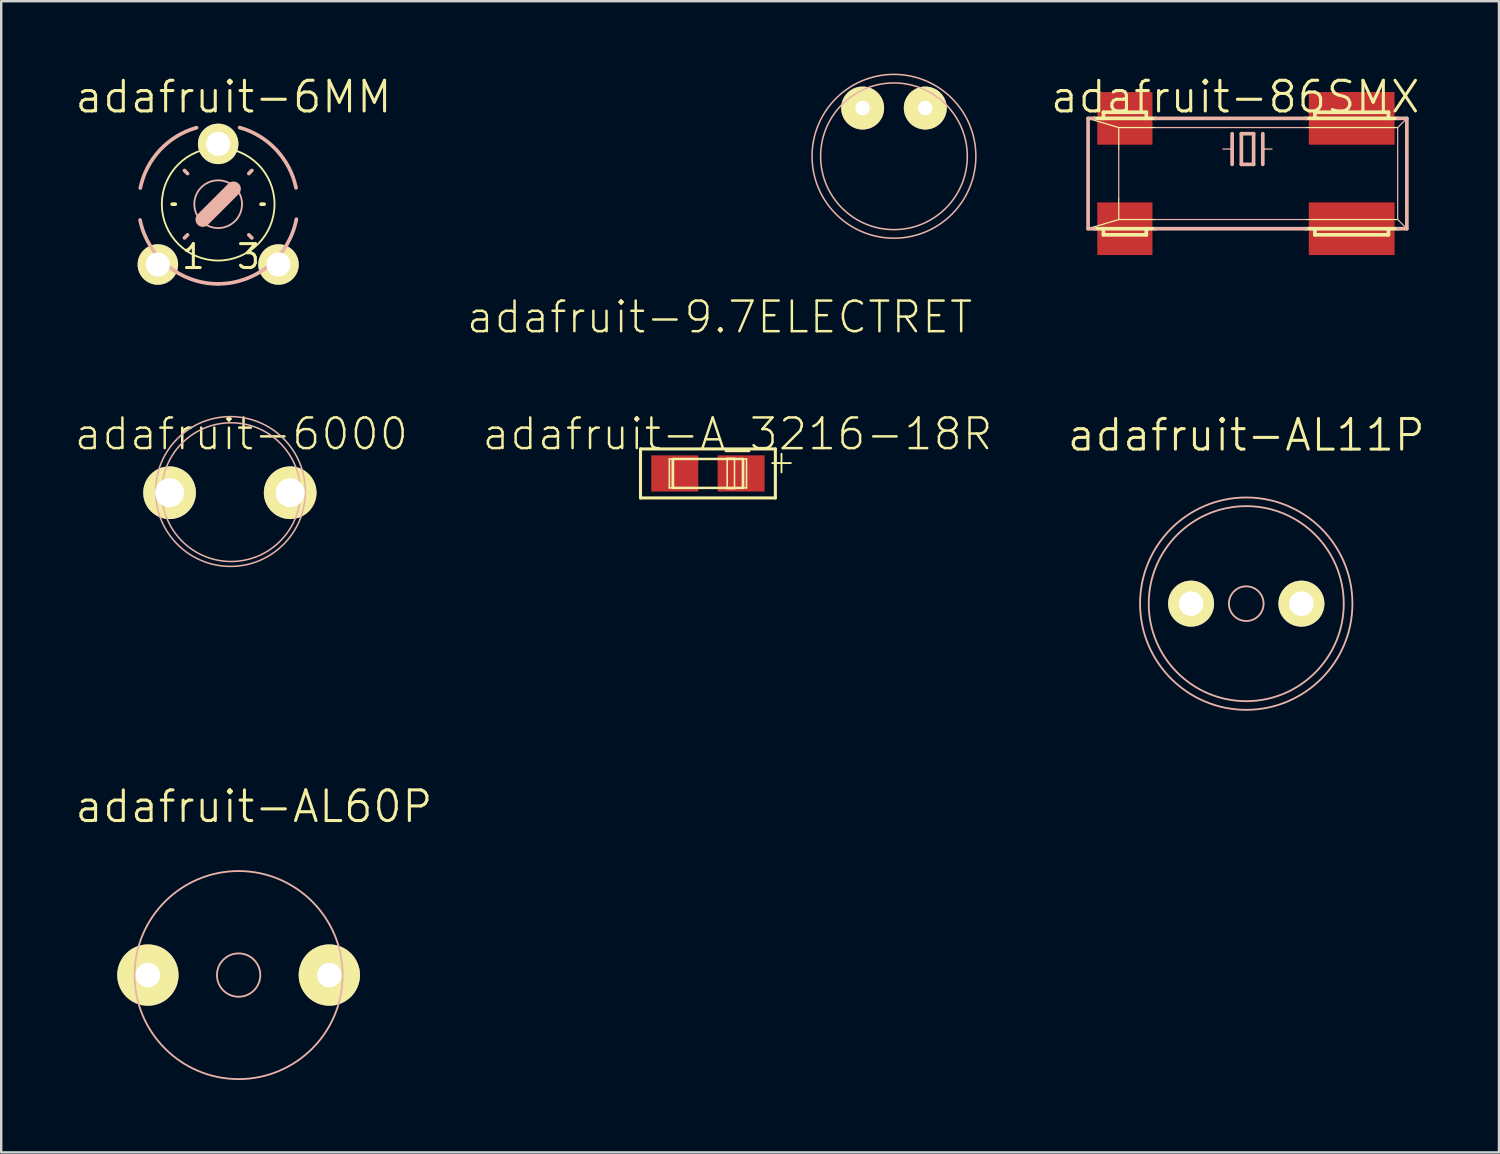
<source format=kicad_pcb>
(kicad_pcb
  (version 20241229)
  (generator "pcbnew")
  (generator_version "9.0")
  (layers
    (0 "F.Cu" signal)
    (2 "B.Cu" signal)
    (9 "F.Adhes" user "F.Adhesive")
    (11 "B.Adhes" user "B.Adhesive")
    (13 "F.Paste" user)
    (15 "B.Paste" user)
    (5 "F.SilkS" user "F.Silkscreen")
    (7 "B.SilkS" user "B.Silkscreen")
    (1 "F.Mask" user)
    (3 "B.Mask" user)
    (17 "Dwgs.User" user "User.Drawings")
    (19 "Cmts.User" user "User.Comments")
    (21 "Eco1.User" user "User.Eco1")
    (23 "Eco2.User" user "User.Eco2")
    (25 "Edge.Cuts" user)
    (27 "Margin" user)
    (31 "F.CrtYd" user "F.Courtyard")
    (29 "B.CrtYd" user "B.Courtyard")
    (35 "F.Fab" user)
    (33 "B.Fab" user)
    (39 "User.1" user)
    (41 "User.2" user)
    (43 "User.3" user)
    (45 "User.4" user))
  (footprint "adafruit-6000"
    (layer "F.Cu")
    (at 6.475 17.367)
    (property "Reference" "adafruit-6000" (at 0.475 -2.433 0) (layer "F.SilkS") (effects (font (size 1.27 1.27) (thickness 0.102))))
    (attr exclude_from_pos_files exclude_from_bom)
    (fp_circle (center 0.025 -0.051) (end 2.22 -2.245) (stroke (width 0.064) (type solid)) (fill no) (layer "B.SilkS"))
    (fp_circle (center 0.051 -0.025) (end 2.083 -2.057) (stroke (width 0.064) (type solid)) (fill no) (layer "B.SilkS"))
    (pad "1" thru_hole circle (at -2.499 0) (size 2.182 2.182) (drill 1.199) (layers "*.Cu" "F.Mask" "F.SilkS" "F.Paste"))
    (pad "2" thru_hole circle (at 2.499 0) (size 2.182 2.182) (drill 1.199) (layers "*.Cu" "F.Mask" "F.SilkS" "F.Paste")))
  (footprint "adafruit-86SMX"
    (layer "F.Cu")
    (at 48.64 4.141)
    (property "Reference" "adafruit-86SMX" (at -0.508 -3.175 0) (layer "F.SilkS") (effects (font (size 1.27 1.27) (thickness 0.127))))
    (attr smd)
    (fp_line (start -6.35 -2.286) (end -5.969 -2.286) (stroke (width 0.152) (type solid)) (layer "F.SilkS"))
    (fp_line (start -6.35 2.286) (end -5.969 2.286) (stroke (width 0.152) (type solid)) (layer "F.SilkS"))
    (fp_line (start -5.969 -2.54) (end -5.969 -2.286) (stroke (width 0.152) (type solid)) (layer "F.SilkS"))
    (fp_line (start -5.969 -2.54) (end -4.191 -2.54) (stroke (width 0.152) (type solid)) (layer "F.SilkS"))
    (fp_line (start -5.969 -2.286) (end -4.191 -2.286) (stroke (width 0.152) (type solid)) (layer "F.SilkS"))
    (fp_line (start -5.969 2.286) (end -4.191 2.286) (stroke (width 0.152) (type solid)) (layer "F.SilkS"))
    (fp_line (start -5.969 2.54) (end -5.969 2.286) (stroke (width 0.152) (type solid)) (layer "F.SilkS"))
    (fp_line (start -5.969 2.54) (end -4.191 2.54) (stroke (width 0.152) (type solid)) (layer "F.SilkS"))
    (fp_line (start -5.334 -1.905) (end -6.35 -2.207) (stroke (width 0.051) (type solid)) (layer "F.SilkS"))
    (fp_line (start -5.334 -1.905) (end -5.334 -1.016) (stroke (width 0.051) (type solid)) (layer "F.SilkS"))
    (fp_line (start -5.334 -1.905) (end -3.81 -1.905) (stroke (width 0.051) (type solid)) (layer "F.SilkS"))
    (fp_line (start -5.334 1.016) (end -5.334 1.905) (stroke (width 0.051) (type solid)) (layer "F.SilkS"))
    (fp_line (start -5.334 1.905) (end -6.35 2.207) (stroke (width 0.051) (type solid)) (layer "F.SilkS"))
    (fp_line (start -5.334 1.905) (end -3.81 1.905) (stroke (width 0.051) (type solid)) (layer "F.SilkS"))
    (fp_line (start -4.191 -2.54) (end -4.191 -2.286) (stroke (width 0.152) (type solid)) (layer "F.SilkS"))
    (fp_line (start -4.191 -2.286) (end -3.81 -2.286) (stroke (width 0.152) (type solid)) (layer "F.SilkS"))
    (fp_line (start -4.191 2.286) (end -3.81 2.286) (stroke (width 0.152) (type solid)) (layer "F.SilkS"))
    (fp_line (start -4.191 2.54) (end -4.191 2.286) (stroke (width 0.152) (type solid)) (layer "F.SilkS"))
    (fp_line (start 2.413 -2.286) (end 6.223 -2.286) (stroke (width 0.152) (type solid)) (layer "F.SilkS"))
    (fp_line (start 2.413 -1.905) (end 6.223 -1.905) (stroke (width 0.051) (type solid)) (layer "F.SilkS"))
    (fp_line (start 2.413 1.905) (end 6.223 1.905) (stroke (width 0.051) (type solid)) (layer "F.SilkS"))
    (fp_line (start 2.413 2.286) (end 6.223 2.286) (stroke (width 0.152) (type solid)) (layer "F.SilkS"))
    (fp_line (start 2.794 -2.54) (end 5.842 -2.54) (stroke (width 0.152) (type solid)) (layer "F.SilkS"))
    (fp_line (start 2.794 -2.286) (end 2.794 -2.54) (stroke (width 0.152) (type solid)) (layer "F.SilkS"))
    (fp_line (start 2.794 2.286) (end 2.794 2.54) (stroke (width 0.152) (type solid)) (layer "F.SilkS"))
    (fp_line (start 2.794 2.54) (end 5.842 2.54) (stroke (width 0.152) (type solid)) (layer "F.SilkS"))
    (fp_line (start 5.842 -2.54) (end 5.842 -2.286) (stroke (width 0.152) (type solid)) (layer "F.SilkS"))
    (fp_line (start 5.842 2.54) (end 5.842 2.286) (stroke (width 0.152) (type solid)) (layer "F.SilkS"))
    (fp_line (start -6.604 -2.286) (end -6.35 -2.286) (stroke (width 0.152) (type solid)) (layer "B.SilkS"))
    (fp_line (start -6.604 2.286) (end -6.604 -2.286) (stroke (width 0.152) (type solid)) (layer "B.SilkS"))
    (fp_line (start -6.604 2.286) (end -6.35 2.286) (stroke (width 0.152) (type solid)) (layer "B.SilkS"))
    (fp_line (start -6.35 -2.207) (end -6.604 -2.286) (stroke (width 0.051) (type solid)) (layer "B.SilkS"))
    (fp_line (start -6.35 2.207) (end -6.604 2.286) (stroke (width 0.051) (type solid)) (layer "B.SilkS"))
    (fp_line (start -5.334 -1.016) (end -5.334 1.016) (stroke (width 0.051) (type solid)) (layer "B.SilkS"))
    (fp_line (start -3.81 -2.286) (end 2.413 -2.286) (stroke (width 0.152) (type solid)) (layer "B.SilkS"))
    (fp_line (start -3.81 -1.905) (end 2.413 -1.905) (stroke (width 0.051) (type solid)) (layer "B.SilkS"))
    (fp_line (start -3.81 1.905) (end 2.413 1.905) (stroke (width 0.051) (type solid)) (layer "B.SilkS"))
    (fp_line (start -3.81 2.286) (end 2.413 2.286) (stroke (width 0.152) (type solid)) (layer "B.SilkS"))
    (fp_line (start -0.635 -1.651) (end -0.635 -1.016) (stroke (width 0.152) (type solid)) (layer "B.SilkS"))
    (fp_line (start -0.635 -1.016) (end -1.016 -1.016) (stroke (width 0.051) (type solid)) (layer "B.SilkS"))
    (fp_line (start -0.635 -1.016) (end -0.635 -0.381) (stroke (width 0.152) (type solid)) (layer "B.SilkS"))
    (fp_line (start -0.254 -1.651) (end -0.254 -0.381) (stroke (width 0.152) (type solid)) (layer "B.SilkS"))
    (fp_line (start -0.254 -0.381) (end 0.254 -0.381) (stroke (width 0.152) (type solid)) (layer "B.SilkS"))
    (fp_line (start 0.254 -1.651) (end -0.254 -1.651) (stroke (width 0.152) (type solid)) (layer "B.SilkS"))
    (fp_line (start 0.254 -0.381) (end 0.254 -1.651) (stroke (width 0.152) (type solid)) (layer "B.SilkS"))
    (fp_line (start 0.635 -1.651) (end 0.635 -1.016) (stroke (width 0.152) (type solid)) (layer "B.SilkS"))
    (fp_line (start 0.635 -1.016) (end 0.635 -0.381) (stroke (width 0.152) (type solid)) (layer "B.SilkS"))
    (fp_line (start 0.635 -1.016) (end 1.016 -1.016) (stroke (width 0.051) (type solid)) (layer "B.SilkS"))
    (fp_line (start 6.223 -2.286) (end 6.604 -2.286) (stroke (width 0.152) (type solid)) (layer "B.SilkS"))
    (fp_line (start 6.223 -1.905) (end 6.604 -2.286) (stroke (width 0.051) (type solid)) (layer "B.SilkS"))
    (fp_line (start 6.223 1.905) (end 6.223 -1.905) (stroke (width 0.051) (type solid)) (layer "B.SilkS"))
    (fp_line (start 6.223 1.905) (end 6.604 2.286) (stroke (width 0.051) (type solid)) (layer "B.SilkS"))
    (fp_line (start 6.223 2.286) (end 6.604 2.286) (stroke (width 0.152) (type solid)) (layer "B.SilkS"))
    (fp_line (start 6.604 -2.286) (end 6.604 2.286) (stroke (width 0.152) (type solid)) (layer "B.SilkS"))
    (pad "1" smd rect (at -5.08 2.286) (size 2.286 2.182) (layers "F.Cu" "F.Mask" "F.Paste"))
    (pad "2" smd rect (at 4.318 2.286) (size 3.556 2.182) (layers "F.Cu" "F.Mask" "F.Paste"))
    (pad "3" smd rect (at 4.318 -2.286) (size 3.556 2.182) (layers "F.Cu" "F.Mask" "F.Paste"))
    (pad "4" smd rect (at -5.08 -2.286) (size 2.286 2.182) (layers "F.Cu" "F.Mask" "F.Paste")))
  (footprint "adafruit-A_3216-18R"
    (layer "F.Cu")
    (at 26.284 16.567)
    (property "Reference" "adafruit-A_3216-18R" (at 1.224 -1.633 0) (layer "F.SilkS") (effects (font (size 1.27 1.27) (thickness 0.102))))
    (attr smd)
    (fp_line (start -2.794 -1.016) (end 2.794 -1.016) (stroke (width 0.127) (type solid)) (layer "F.SilkS"))
    (fp_line (start -2.794 1.016) (end -2.794 -1.016) (stroke (width 0.127) (type solid)) (layer "F.SilkS"))
    (fp_line (start -1.598 -0.599) (end -1.473 -0.599) (stroke (width 0.066) (type solid)) (layer "F.SilkS"))
    (fp_line (start -1.598 0.599) (end -1.598 -0.599) (stroke (width 0.066) (type solid)) (layer "F.SilkS"))
    (fp_line (start -1.598 0.599) (end -1.473 0.599) (stroke (width 0.066) (type solid)) (layer "F.SilkS"))
    (fp_line (start -1.473 0.599) (end -1.473 -0.599) (stroke (width 0.066) (type solid)) (layer "F.SilkS"))
    (fp_line (start -1.448 -0.599) (end 1.448 -0.599) (stroke (width 0.102) (type solid)) (layer "F.SilkS"))
    (fp_line (start -1.448 0.599) (end -1.448 -0.599) (stroke (width 0.102) (type solid)) (layer "F.SilkS"))
    (fp_line (start 0.798 -0.625) (end 1.1 -0.625) (stroke (width 0.066) (type solid)) (layer "F.SilkS"))
    (fp_line (start 0.798 0.625) (end 0.798 -0.625) (stroke (width 0.066) (type solid)) (layer "F.SilkS"))
    (fp_line (start 0.798 0.625) (end 1.1 0.625) (stroke (width 0.066) (type solid)) (layer "F.SilkS"))
    (fp_line (start 1.1 0.625) (end 1.1 -0.625) (stroke (width 0.066) (type solid)) (layer "F.SilkS"))
    (fp_line (start 1.448 -0.599) (end 1.448 0.599) (stroke (width 0.102) (type solid)) (layer "F.SilkS"))
    (fp_line (start 1.448 0.599) (end -1.448 0.599) (stroke (width 0.102) (type solid)) (layer "F.SilkS"))
    (fp_line (start 1.473 -0.599) (end 1.598 -0.599) (stroke (width 0.066) (type solid)) (layer "F.SilkS"))
    (fp_line (start 1.473 0.599) (end 1.473 -0.599) (stroke (width 0.066) (type solid)) (layer "F.SilkS"))
    (fp_line (start 1.473 0.599) (end 1.598 0.599) (stroke (width 0.066) (type solid)) (layer "F.SilkS"))
    (fp_line (start 1.598 0.599) (end 1.598 -0.599) (stroke (width 0.066) (type solid)) (layer "F.SilkS"))
    (fp_line (start 2.794 -1.016) (end 2.794 1.016) (stroke (width 0.127) (type solid)) (layer "F.SilkS"))
    (fp_line (start 2.794 1.016) (end -2.794 1.016) (stroke (width 0.127) (type solid)) (layer "F.SilkS"))
    (fp_text user "+" (at 3.048 -0.508 0) (layer "F.SilkS") (effects (font (size 1.016 1.016) (thickness 0.076))))
    (pad "+" smd rect (at 1.374 0) (size 1.948 1.499) (layers "F.Cu" "F.Mask" "F.Paste"))
    (pad "-" smd rect (at -1.374 0) (size 1.948 1.499) (layers "F.Cu" "F.Mask" "F.Paste")))
  (footprint "adafruit-AL11P"
    (layer "F.Cu")
    (at 48.589 21.963)
    (property "Reference" "adafruit-AL11P" (at 0 -6.985 0) (layer "F.SilkS") (effects (font (size 1.27 1.27) (thickness 0.127))))
    (attr exclude_from_pos_files exclude_from_bom)
    (fp_circle (center 0 0) (end -3.111 3.111) (stroke (width 0.076) (type solid)) (fill no) (layer "B.SilkS"))
    (fp_circle (center 0 0) (end -2.857 2.857) (stroke (width 0.076) (type solid)) (fill no) (layer "B.SilkS"))
    (fp_circle (center 0 0) (end -0.508 0.508) (stroke (width 0.076) (type solid)) (fill no) (layer "B.SilkS"))
    (pad "+" thru_hole circle (at 2.286 0) (size 1.905 1.905) (drill 1.016) (layers "*.Cu" "F.Mask" "F.SilkS" "F.Paste"))
    (pad "-" thru_hole circle (at -2.286 0) (size 1.905 1.905) (drill 1.016) (layers "*.Cu" "F.Mask" "F.SilkS" "F.Paste")))
  (footprint "adafruit-9.7ELECTRET"
    (layer "F.Cu")
    (at 33.992 3.426)
    (property "Reference" "adafruit-9.7ELECTRET" (at -7.224 6.665 0) (layer "F.SilkS") (effects (font (size 1.27 1.27) (thickness 0.102))))
    (attr exclude_from_pos_files exclude_from_bom)
    (fp_circle (center 0 0) (end -2.4 2.4) (stroke (width 0.064) (type solid)) (fill no) (layer "B.SilkS"))
    (fp_circle (center 0 0) (end -2.149 2.149) (stroke (width 0.064) (type solid)) (fill no) (layer "B.SilkS"))
    (pad "+" thru_hole circle (at 1.298 -1.999) (size 1.778 1.778) (drill 0.599) (layers "*.Cu" "F.Mask" "F.SilkS" "F.Paste"))
    (pad "-" thru_hole circle (at -1.298 -1.999) (size 1.778 1.778) (drill 0.599) (layers "*.Cu" "F.Mask" "F.SilkS" "F.Paste")))
  (footprint "adafruit-AL60P"
    (layer "F.Cu")
    (at 6.837 37.353)
    (property "Reference" "adafruit-AL60P" (at 0.635 -6.985 0) (layer "F.SilkS") (effects (font (size 1.27 1.27) (thickness 0.127))))
    (attr exclude_from_pos_files exclude_from_bom)
    (fp_circle (center 0 0) (end -3.048 3.048) (stroke (width 0.076) (type solid)) (fill no) (layer "B.SilkS"))
    (fp_circle (center 0 0) (end -0.635 0.635) (stroke (width 0.076) (type solid)) (fill no) (layer "B.SilkS"))
    (pad "1" thru_hole circle (at -3.759 0) (size 2.54 2.54) (drill 1.016) (layers "*.Cu" "F.Mask" "F.SilkS" "F.Paste"))
    (pad "2" thru_hole circle (at 3.759 0) (size 2.54 2.54) (drill 1.016) (layers "*.Cu" "F.Mask" "F.SilkS" "F.Paste")))
  (footprint "adafruit-6MM"
    (layer "F.Cu")
    (at 5.99 5.411)
    (property "Reference" "adafruit-6MM" (at 0.635 -4.445 0) (layer "F.SilkS") (effects (font (size 1.27 1.27) (thickness 0.127))))
    (attr exclude_from_pos_files exclude_from_bom)
    (fp_line (start -1.905 0) (end -1.778 0) (stroke (width 0.152) (type solid)) (layer "F.SilkS"))
    (fp_line (start 0 -1.778) (end 0 -1.905) (stroke (width 0.152) (type solid)) (layer "F.SilkS"))
    (fp_line (start 1.778 0) (end 1.905 0) (stroke (width 0.152) (type solid)) (layer "F.SilkS"))
    (fp_circle (center 0 0) (end -1.651 1.651) (stroke (width 0.076) (type solid)) (fill no) (layer "F.SilkS"))
    (fp_line (start -1.27 -1.27) (end -1.397 -1.397) (stroke (width 0.152) (type solid)) (layer "B.SilkS"))
    (fp_line (start -1.27 1.27) (end -1.397 1.397) (stroke (width 0.152) (type solid)) (layer "B.SilkS"))
    (fp_line (start -0.635 0.635) (end 0.635 -0.635) (stroke (width 0.61) (type solid)) (layer "B.SilkS"))
    (fp_line (start 1.27 -1.27) (end 1.397 -1.397) (stroke (width 0.152) (type solid)) (layer "B.SilkS"))
    (fp_line (start 1.27 1.27) (end 1.397 1.397) (stroke (width 0.152) (type solid)) (layer "B.SilkS"))
    (fp_arc (start -3.2258 -0.67056) (mid -2.409906 -2.246728) (end -0.894715 -3.17095) (stroke (width 0.1524) (type solid)) (layer "B.SilkS"))
    (fp_arc (start 0 3.302) (mid -2.091423 2.555221) (end -3.236855 0.652665) (stroke (width 0.1524) (type solid)) (layer "B.SilkS"))
    (fp_arc (start 0.889 -3.175) (mid 2.407122 -2.253156) (end 3.226754 -0.677499) (stroke (width 0.1524) (type solid)) (layer "B.SilkS"))
    (fp_arc (start 3.24104 0.6223) (mid 2.102816 2.543573) (end 0.001793 3.300242) (stroke (width 0.1524) (type solid)) (layer "B.SilkS"))
    (fp_circle (center 0 0) (end -0.699 0.699) (stroke (width 0.076) (type solid)) (fill no) (layer "B.SilkS"))
    (fp_text user "3" (at 1.257 2.172 0) (layer "F.SilkS") (effects (font (size 0.991 0.991) (thickness 0.127))))
    (fp_text user "1" (at -1.029 2.172 0) (layer "F.SilkS") (effects (font (size 0.991 0.991) (thickness 0.127))))
    (pad "A" thru_hole circle (at -2.499 2.499) (size 1.676 1.676) (drill 0.998) (layers "*.Cu" "F.Mask" "F.SilkS" "F.Paste"))
    (pad "E" thru_hole circle (at 2.499 2.499) (size 1.676 1.676) (drill 0.998) (layers "*.Cu" "F.Mask" "F.SilkS" "F.Paste"))
    (pad "S" thru_hole circle (at 0 -2.499) (size 1.676 1.676) (drill 0.998) (layers "*.Cu" "F.Mask" "F.SilkS" "F.Paste")))
  (gr_rect
    (start -3 -3)
    (end 59.061 44.701)
    (stroke (width 0.1) (type default))
    (fill no)
    (layer "Edge.Cuts")))
</source>
